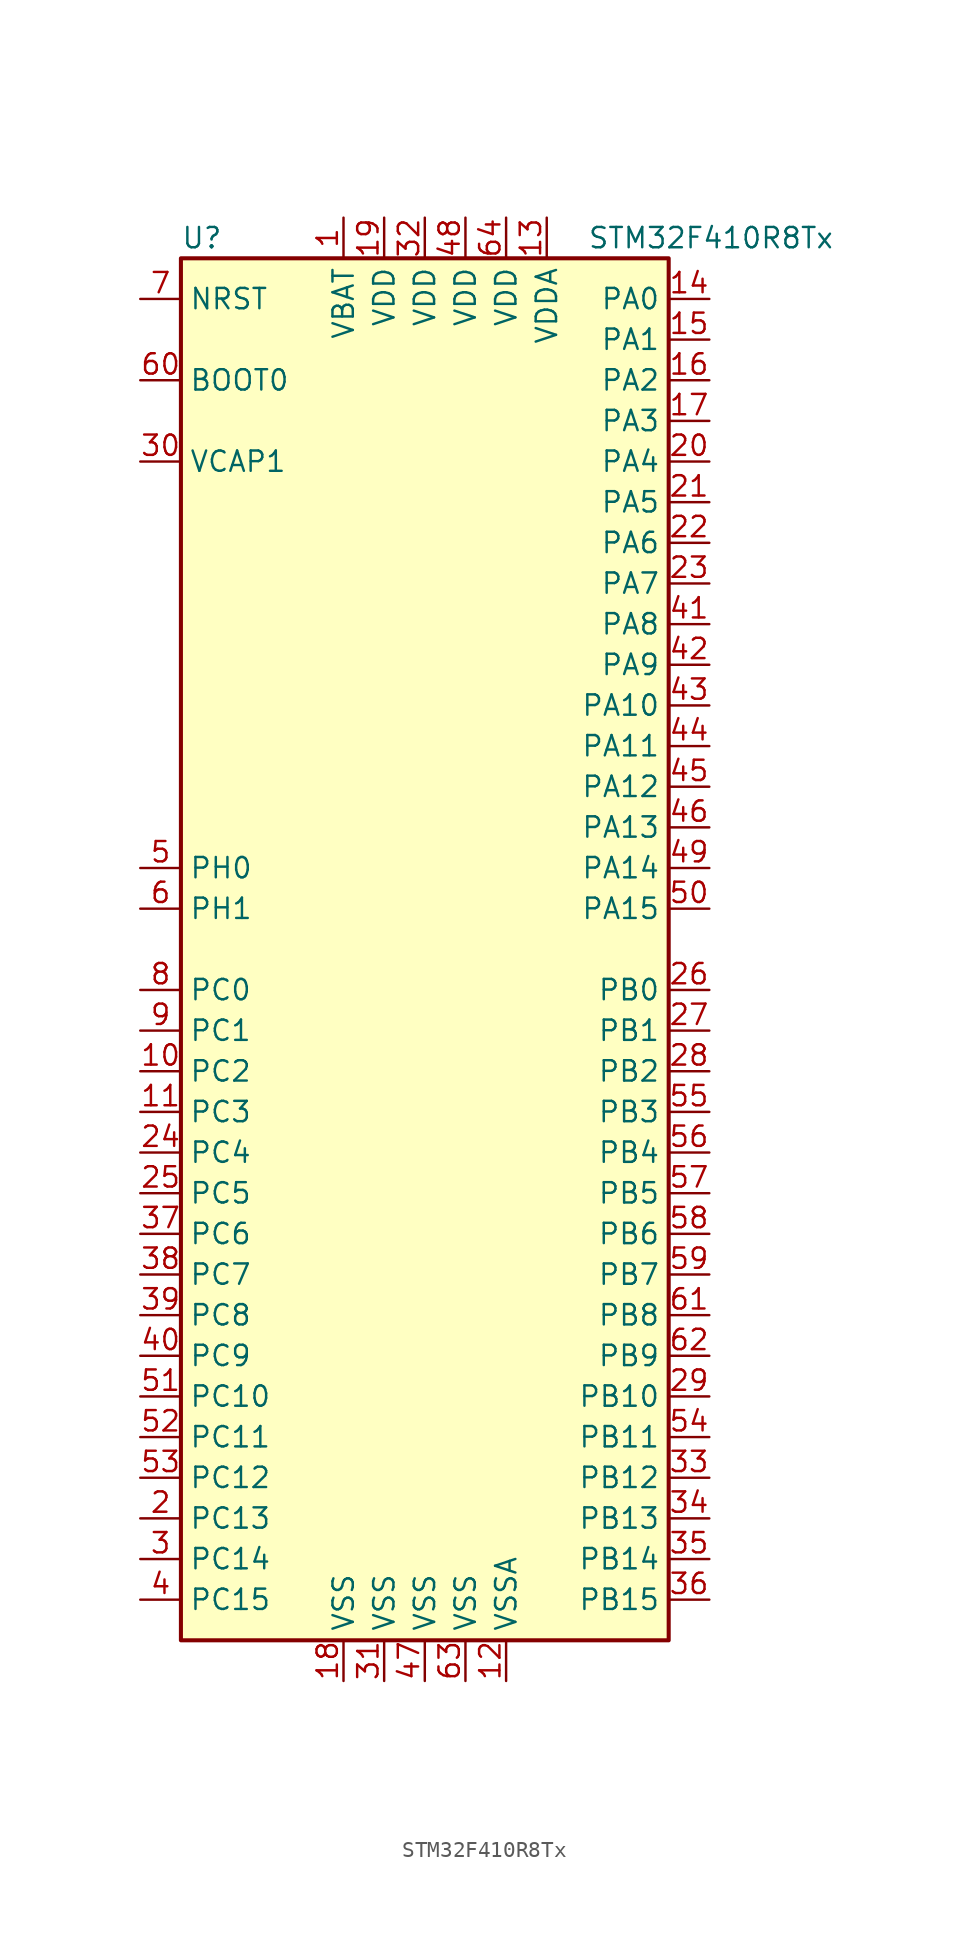
<source format=kicad_sym>
(kicad_symbol_lib
  (version 20201005)
  (generator kicad_symbol_editor)
  (symbol "MCU_ST_STM32F4:STM32F410R8Tx"
    (property "Reference" "U"
      (at -15.24 44.45 0)
      (effects (font (size 1.27 1.27)) (justify left)))
    (property "Value" "STM32F410R8Tx"
      (at 10.16 44.45 0)
      (effects (font (size 1.27 1.27)) (justify left)))
    (symbol "STM32F410R8Tx_0_1"
      (rectangle (start -15.24 -43.18) (end 15.24 43.18) (stroke (width 0.254)) (fill (type background))))
    (symbol "STM32F410R8Tx_1_1"
      (pin input line (at -17.78 35.56 0) (length 2.54) (name "BOOT0" (effects (font (size 1.27 1.27)))) (number "60" (effects (font (size 1.27 1.27)))))
      (pin input line (at -17.78 40.64 0) (length 2.54) (name "NRST" (effects (font (size 1.27 1.27)))) (number "7" (effects (font (size 1.27 1.27)))))
      (pin bidirectional line (at 17.78 40.64 180) (length 2.54) (name "PA0" (effects (font (size 1.27 1.27)))) (number "14" (effects (font (size 1.27 1.27)))))
      (pin bidirectional line (at 17.78 38.1 180) (length 2.54) (name "PA1" (effects (font (size 1.27 1.27)))) (number "15" (effects (font (size 1.27 1.27)))))
      (pin bidirectional line (at 17.78 15.24 180) (length 2.54) (name "PA10" (effects (font (size 1.27 1.27)))) (number "43" (effects (font (size 1.27 1.27)))))
      (pin bidirectional line (at 17.78 12.7 180) (length 2.54) (name "PA11" (effects (font (size 1.27 1.27)))) (number "44" (effects (font (size 1.27 1.27)))))
      (pin bidirectional line (at 17.78 10.16 180) (length 2.54) (name "PA12" (effects (font (size 1.27 1.27)))) (number "45" (effects (font (size 1.27 1.27)))))
      (pin bidirectional line (at 17.78 7.62 180) (length 2.54) (name "PA13" (effects (font (size 1.27 1.27)))) (number "46" (effects (font (size 1.27 1.27)))))
      (pin bidirectional line (at 17.78 5.08 180) (length 2.54) (name "PA14" (effects (font (size 1.27 1.27)))) (number "49" (effects (font (size 1.27 1.27)))))
      (pin bidirectional line (at 17.78 2.54 180) (length 2.54) (name "PA15" (effects (font (size 1.27 1.27)))) (number "50" (effects (font (size 1.27 1.27)))))
      (pin bidirectional line (at 17.78 35.56 180) (length 2.54) (name "PA2" (effects (font (size 1.27 1.27)))) (number "16" (effects (font (size 1.27 1.27)))))
      (pin bidirectional line (at 17.78 33.02 180) (length 2.54) (name "PA3" (effects (font (size 1.27 1.27)))) (number "17" (effects (font (size 1.27 1.27)))))
      (pin bidirectional line (at 17.78 30.48 180) (length 2.54) (name "PA4" (effects (font (size 1.27 1.27)))) (number "20" (effects (font (size 1.27 1.27)))))
      (pin bidirectional line (at 17.78 27.94 180) (length 2.54) (name "PA5" (effects (font (size 1.27 1.27)))) (number "21" (effects (font (size 1.27 1.27)))))
      (pin bidirectional line (at 17.78 25.4 180) (length 2.54) (name "PA6" (effects (font (size 1.27 1.27)))) (number "22" (effects (font (size 1.27 1.27)))))
      (pin bidirectional line (at 17.78 22.86 180) (length 2.54) (name "PA7" (effects (font (size 1.27 1.27)))) (number "23" (effects (font (size 1.27 1.27)))))
      (pin bidirectional line (at 17.78 20.32 180) (length 2.54) (name "PA8" (effects (font (size 1.27 1.27)))) (number "41" (effects (font (size 1.27 1.27)))))
      (pin bidirectional line (at 17.78 17.78 180) (length 2.54) (name "PA9" (effects (font (size 1.27 1.27)))) (number "42" (effects (font (size 1.27 1.27)))))
      (pin bidirectional line (at 17.78 -2.54 180) (length 2.54) (name "PB0" (effects (font (size 1.27 1.27)))) (number "26" (effects (font (size 1.27 1.27)))))
      (pin bidirectional line (at 17.78 -5.08 180) (length 2.54) (name "PB1" (effects (font (size 1.27 1.27)))) (number "27" (effects (font (size 1.27 1.27)))))
      (pin bidirectional line (at 17.78 -27.94 180) (length 2.54) (name "PB10" (effects (font (size 1.27 1.27)))) (number "29" (effects (font (size 1.27 1.27)))))
      (pin bidirectional line (at 17.78 -30.48 180) (length 2.54) (name "PB11" (effects (font (size 1.27 1.27)))) (number "54" (effects (font (size 1.27 1.27)))))
      (pin bidirectional line (at 17.78 -33.02 180) (length 2.54) (name "PB12" (effects (font (size 1.27 1.27)))) (number "33" (effects (font (size 1.27 1.27)))))
      (pin bidirectional line (at 17.78 -35.56 180) (length 2.54) (name "PB13" (effects (font (size 1.27 1.27)))) (number "34" (effects (font (size 1.27 1.27)))))
      (pin bidirectional line (at 17.78 -38.1 180) (length 2.54) (name "PB14" (effects (font (size 1.27 1.27)))) (number "35" (effects (font (size 1.27 1.27)))))
      (pin bidirectional line (at 17.78 -40.64 180) (length 2.54) (name "PB15" (effects (font (size 1.27 1.27)))) (number "36" (effects (font (size 1.27 1.27)))))
      (pin bidirectional line (at 17.78 -7.62 180) (length 2.54) (name "PB2" (effects (font (size 1.27 1.27)))) (number "28" (effects (font (size 1.27 1.27)))))
      (pin bidirectional line (at 17.78 -10.16 180) (length 2.54) (name "PB3" (effects (font (size 1.27 1.27)))) (number "55" (effects (font (size 1.27 1.27)))))
      (pin bidirectional line (at 17.78 -12.7 180) (length 2.54) (name "PB4" (effects (font (size 1.27 1.27)))) (number "56" (effects (font (size 1.27 1.27)))))
      (pin bidirectional line (at 17.78 -15.24 180) (length 2.54) (name "PB5" (effects (font (size 1.27 1.27)))) (number "57" (effects (font (size 1.27 1.27)))))
      (pin bidirectional line (at 17.78 -17.78 180) (length 2.54) (name "PB6" (effects (font (size 1.27 1.27)))) (number "58" (effects (font (size 1.27 1.27)))))
      (pin bidirectional line (at 17.78 -20.32 180) (length 2.54) (name "PB7" (effects (font (size 1.27 1.27)))) (number "59" (effects (font (size 1.27 1.27)))))
      (pin bidirectional line (at 17.78 -22.86 180) (length 2.54) (name "PB8" (effects (font (size 1.27 1.27)))) (number "61" (effects (font (size 1.27 1.27)))))
      (pin bidirectional line (at 17.78 -25.4 180) (length 2.54) (name "PB9" (effects (font (size 1.27 1.27)))) (number "62" (effects (font (size 1.27 1.27)))))
      (pin bidirectional line (at -17.78 -2.54 0) (length 2.54) (name "PC0" (effects (font (size 1.27 1.27)))) (number "8" (effects (font (size 1.27 1.27)))))
      (pin bidirectional line (at -17.78 -5.08 0) (length 2.54) (name "PC1" (effects (font (size 1.27 1.27)))) (number "9" (effects (font (size 1.27 1.27)))))
      (pin bidirectional line (at -17.78 -27.94 0) (length 2.54) (name "PC10" (effects (font (size 1.27 1.27)))) (number "51" (effects (font (size 1.27 1.27)))))
      (pin bidirectional line (at -17.78 -30.48 0) (length 2.54) (name "PC11" (effects (font (size 1.27 1.27)))) (number "52" (effects (font (size 1.27 1.27)))))
      (pin bidirectional line (at -17.78 -33.02 0) (length 2.54) (name "PC12" (effects (font (size 1.27 1.27)))) (number "53" (effects (font (size 1.27 1.27)))))
      (pin bidirectional line (at -17.78 -35.56 0) (length 2.54) (name "PC13" (effects (font (size 1.27 1.27)))) (number "2" (effects (font (size 1.27 1.27)))))
      (pin bidirectional line (at -17.78 -38.1 0) (length 2.54) (name "PC14" (effects (font (size 1.27 1.27)))) (number "3" (effects (font (size 1.27 1.27)))))
      (pin bidirectional line (at -17.78 -40.64 0) (length 2.54) (name "PC15" (effects (font (size 1.27 1.27)))) (number "4" (effects (font (size 1.27 1.27)))))
      (pin bidirectional line (at -17.78 -7.62 0) (length 2.54) (name "PC2" (effects (font (size 1.27 1.27)))) (number "10" (effects (font (size 1.27 1.27)))))
      (pin bidirectional line (at -17.78 -10.16 0) (length 2.54) (name "PC3" (effects (font (size 1.27 1.27)))) (number "11" (effects (font (size 1.27 1.27)))))
      (pin bidirectional line (at -17.78 -12.7 0) (length 2.54) (name "PC4" (effects (font (size 1.27 1.27)))) (number "24" (effects (font (size 1.27 1.27)))))
      (pin bidirectional line (at -17.78 -15.24 0) (length 2.54) (name "PC5" (effects (font (size 1.27 1.27)))) (number "25" (effects (font (size 1.27 1.27)))))
      (pin bidirectional line (at -17.78 -17.78 0) (length 2.54) (name "PC6" (effects (font (size 1.27 1.27)))) (number "37" (effects (font (size 1.27 1.27)))))
      (pin bidirectional line (at -17.78 -20.32 0) (length 2.54) (name "PC7" (effects (font (size 1.27 1.27)))) (number "38" (effects (font (size 1.27 1.27)))))
      (pin bidirectional line (at -17.78 -22.86 0) (length 2.54) (name "PC8" (effects (font (size 1.27 1.27)))) (number "39" (effects (font (size 1.27 1.27)))))
      (pin bidirectional line (at -17.78 -25.4 0) (length 2.54) (name "PC9" (effects (font (size 1.27 1.27)))) (number "40" (effects (font (size 1.27 1.27)))))
      (pin input line (at -17.78 5.08 0) (length 2.54) (name "PH0" (effects (font (size 1.27 1.27)))) (number "5" (effects (font (size 1.27 1.27)))))
      (pin input line (at -17.78 2.54 0) (length 2.54) (name "PH1" (effects (font (size 1.27 1.27)))) (number "6" (effects (font (size 1.27 1.27)))))
      (pin power_in line (at -5.08 45.72 270) (length 2.54) (name "VBAT" (effects (font (size 1.27 1.27)))) (number "1" (effects (font (size 1.27 1.27)))))
      (pin power_in line (at -17.78 30.48 0) (length 2.54) (name "VCAP1" (effects (font (size 1.27 1.27)))) (number "30" (effects (font (size 1.27 1.27)))))
      (pin power_in line (at -2.54 45.72 270) (length 2.54) (name "VDD" (effects (font (size 1.27 1.27)))) (number "19" (effects (font (size 1.27 1.27)))))
      (pin power_in line (at 0 45.72 270) (length 2.54) (name "VDD" (effects (font (size 1.27 1.27)))) (number "32" (effects (font (size 1.27 1.27)))))
      (pin power_in line (at 2.54 45.72 270) (length 2.54) (name "VDD" (effects (font (size 1.27 1.27)))) (number "48" (effects (font (size 1.27 1.27)))))
      (pin power_in line (at 5.08 45.72 270) (length 2.54) (name "VDD" (effects (font (size 1.27 1.27)))) (number "64" (effects (font (size 1.27 1.27)))))
      (pin power_in line (at 7.62 45.72 270) (length 2.54) (name "VDDA" (effects (font (size 1.27 1.27)))) (number "13" (effects (font (size 1.27 1.27)))))
      (pin power_in line (at -5.08 -45.72 90) (length 2.54) (name "VSS" (effects (font (size 1.27 1.27)))) (number "18" (effects (font (size 1.27 1.27)))))
      (pin power_in line (at -2.54 -45.72 90) (length 2.54) (name "VSS" (effects (font (size 1.27 1.27)))) (number "31" (effects (font (size 1.27 1.27)))))
      (pin power_in line (at 0 -45.72 90) (length 2.54) (name "VSS" (effects (font (size 1.27 1.27)))) (number "47" (effects (font (size 1.27 1.27)))))
      (pin power_in line (at 2.54 -45.72 90) (length 2.54) (name "VSS" (effects (font (size 1.27 1.27)))) (number "63" (effects (font (size 1.27 1.27)))))
      (pin power_in line (at 5.08 -45.72 90) (length 2.54) (name "VSSA" (effects (font (size 1.27 1.27)))) (number "12" (effects (font (size 1.27 1.27))))))))
</source>
